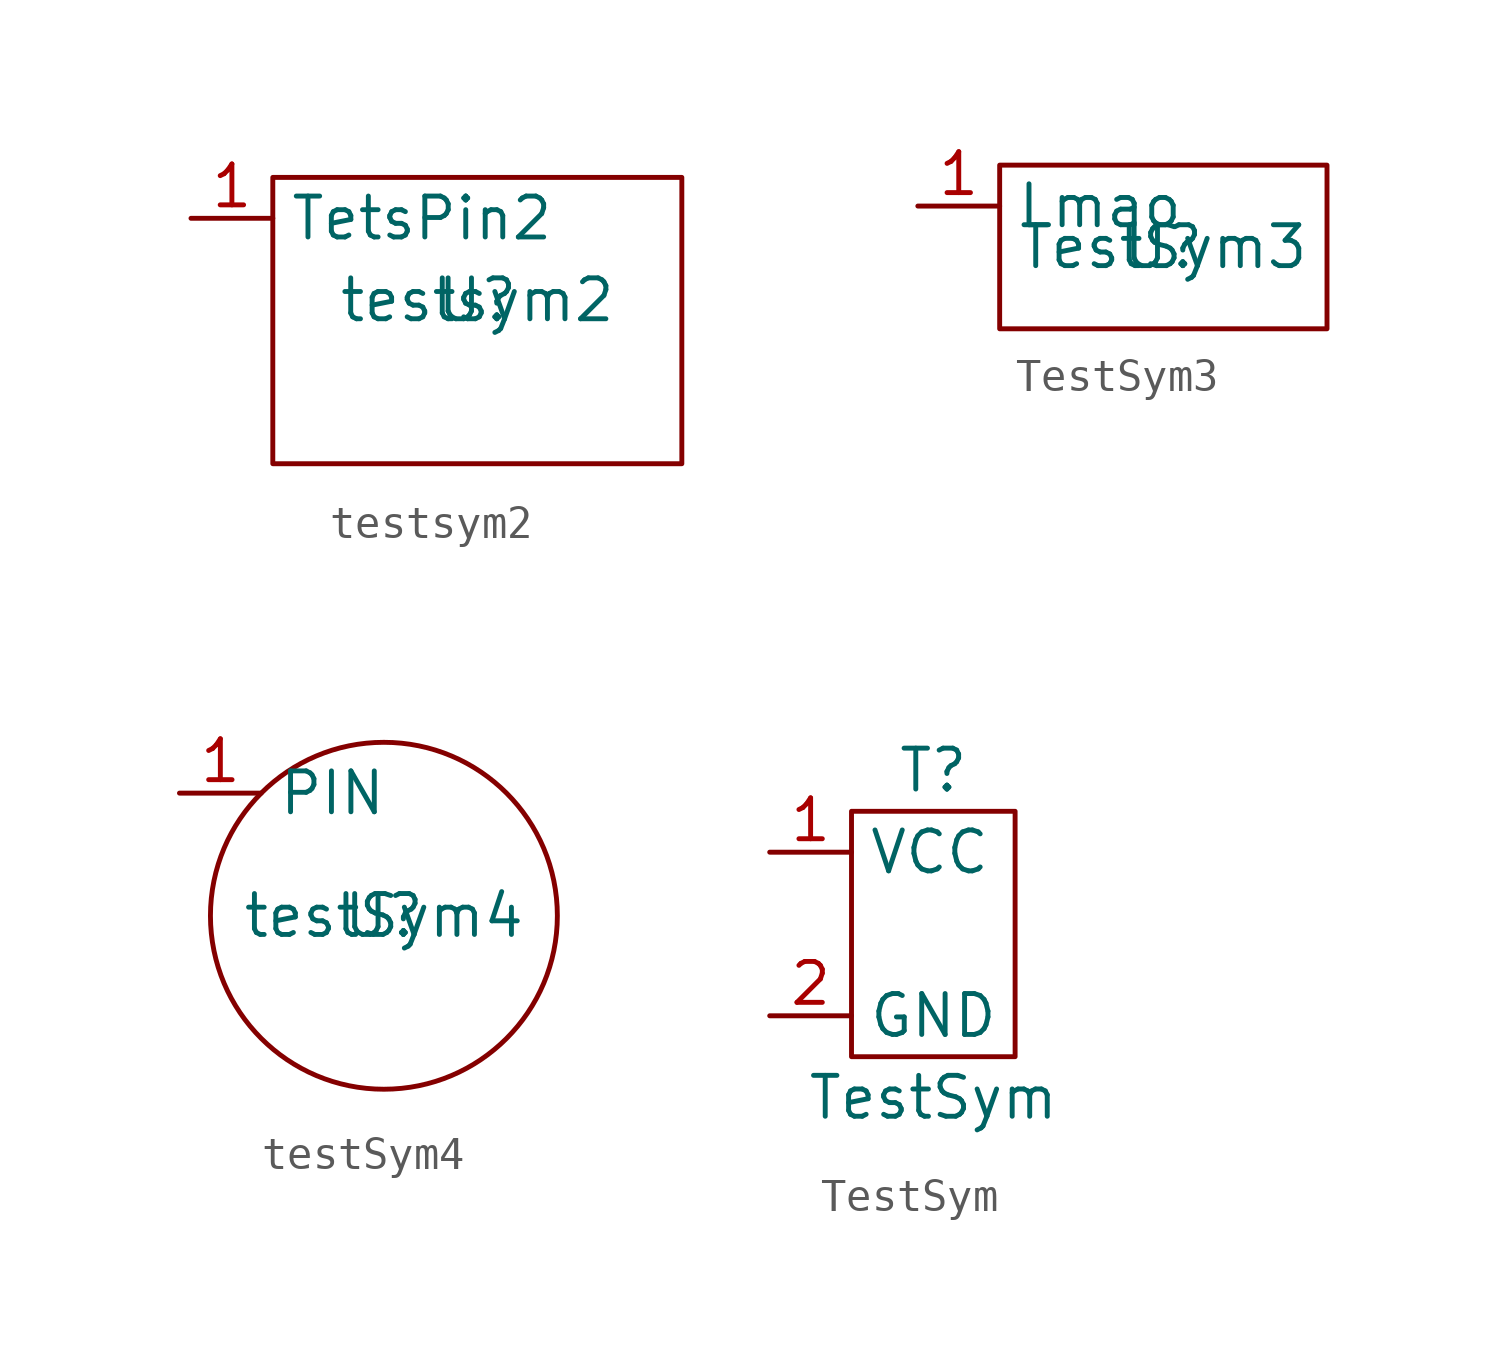
<source format=kicad_sym>
(kicad_symbol_lib
  (version 20211014)
  (generator kicad_symbol_editor)
  (symbol "testsym2"
    (property "Reference" "U"
      (at 0 0 0)
      (effects (font (size 1.27 1.27))))
    (property "Value" "testsym2"
      (at 0 0 0)
      (effects (font (size 1.27 1.27))))
    (symbol "testsym2_0_1"
      (rectangle (start -6.35 3.81) (end 6.35 -5.08) (stroke (width 0.152) (type default) (color 0 0 0 0)) (fill (type none))))
    (symbol "testsym2_1_1"
      (pin input line (at -8.89 2.54 0) (length 2.54) (name "TetsPin2" (effects (font (size 1.27 1.27)))) (number "1" (effects (font (size 1.27 1.27)))))))
  (symbol "TestSym3"
    (property "Reference" "U"
      (at 0 0 0)
      (effects (font (size 1.27 1.27))))
    (property "Value" "TestSym3"
      (at 0 0 0)
      (effects (font (size 1.27 1.27))))
    (symbol "TestSym3_0_1"
      (rectangle (start -5.08 2.54) (end 5.08 -2.54) (stroke (width 0.152) (type default) (color 0 0 0 0)) (fill (type none))))
    (symbol "TestSym3_1_1"
      (pin input line (at -7.62 1.27 0) (length 2.54) (name "Lmao" (effects (font (size 1.27 1.27)))) (number "1" (effects (font (size 1.27 1.27)))))))
  (symbol "testSym4"
    (property "Reference" "U"
      (at 0 0 0)
      (effects (font (size 1.27 1.27))))
    (property "Value" "testSym4"
      (at 0 0 0)
      (effects (font (size 1.27 1.27))))
    (symbol "testSym4_0_1"
      (circle (center 0 0) (radius 5.388) (stroke (width 0.152) (type default) (color 0 0 0 0)) (fill (type none))))
    (symbol "testSym4_1_1"
      (pin input line (at -6.35 3.81 0) (length 2.54) (name "PIN" (effects (font (size 1.27 1.27)))) (number "1" (effects (font (size 1.27 1.27)))))))
  (symbol "TestSym"
    (property "Reference" "T"
      (at 0 5.08 0)
      (effects (font (size 1.27 1.27))))
    (property "Value" "TestSym"
      (at 0 -5.08 0)
      (effects (font (size 1.27 1.27))))
    (symbol "TestSym_0_1"
      (rectangle (start -2.54 3.81) (end 2.54 -3.81) (stroke (width 0.152) (type default) (color 0 0 0 0)) (fill (type none))))
    (symbol "TestSym_1_1"
      (pin power_in line (at -5.08 2.54 0) (length 2.54) (name "VCC" (effects (font (size 1.27 1.27)))) (number "1" (effects (font (size 1.27 1.27)))))
      (pin power_in line (at -5.08 -2.54 0) (length 2.54) (name "GND" (effects (font (size 1.27 1.27)))) (number "2" (effects (font (size 1.27 1.27))))))))
</source>
